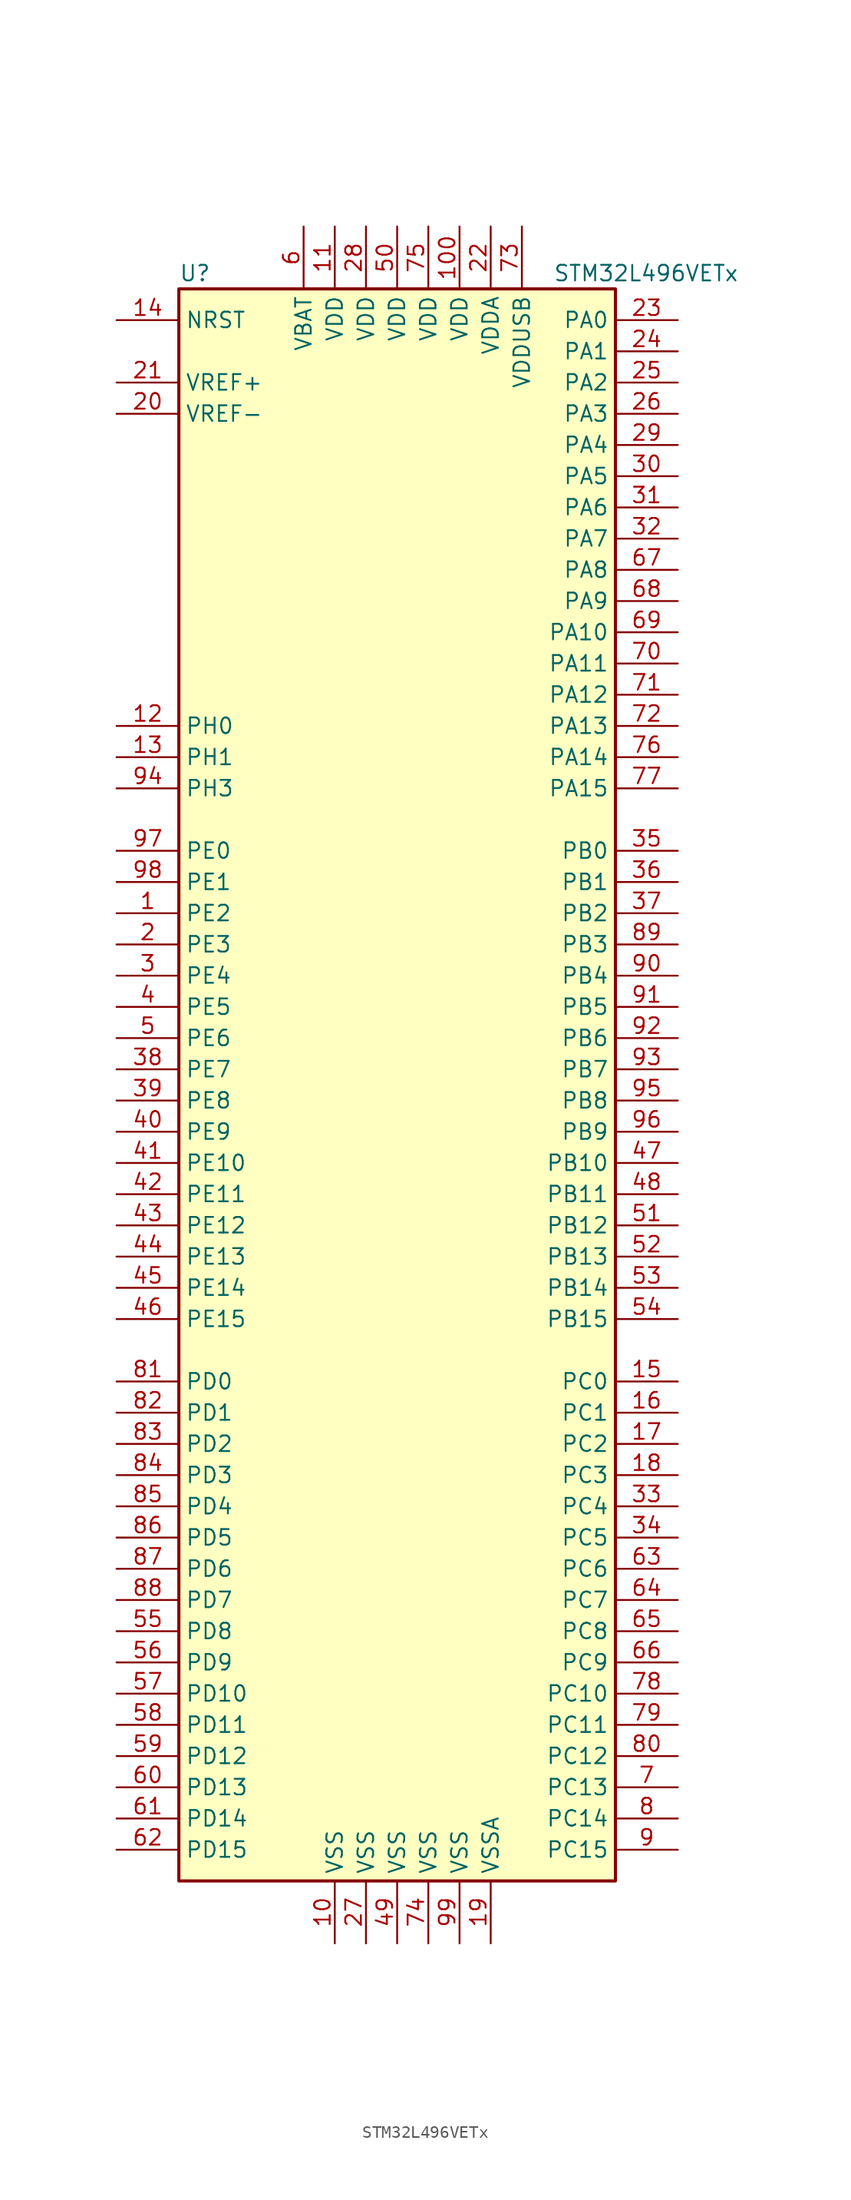
<source format=kicad_sym>
(kicad_symbol_lib
  (version 20201005)
  (generator kicad_symbol_editor)
  (symbol "MCU_ST_STM32L4:STM32L496VETx"
    (property "Reference" "U"
      (at -17.78 64.77 0)
      (effects (font (size 1.27 1.27)) (justify left)))
    (property "Value" "STM32L496VETx"
      (at 12.7 64.77 0)
      (effects (font (size 1.27 1.27)) (justify left)))
    (symbol "STM32L496VETx_0_1"
      (rectangle (start -17.78 -66.04) (end 17.78 63.5) (stroke (width 0.254)) (fill (type background))))
    (symbol "STM32L496VETx_1_1"
      (pin bidirectional line (at -22.86 12.7 0) (length 5.08) (name "PE2" (effects (font (size 1.27 1.27)))) (number "1" (effects (font (size 1.27 1.27)))))
      (pin power_in line (at -5.08 -71.12 90) (length 5.08) (name "VSS" (effects (font (size 1.27 1.27)))) (number "10" (effects (font (size 1.27 1.27)))))
      (pin power_in line (at 5.08 68.58 270) (length 5.08) (name "VDD" (effects (font (size 1.27 1.27)))) (number "100" (effects (font (size 1.27 1.27)))))
      (pin power_in line (at -5.08 68.58 270) (length 5.08) (name "VDD" (effects (font (size 1.27 1.27)))) (number "11" (effects (font (size 1.27 1.27)))))
      (pin input line (at -22.86 27.94 0) (length 5.08) (name "PH0" (effects (font (size 1.27 1.27)))) (number "12" (effects (font (size 1.27 1.27)))))
      (pin input line (at -22.86 25.4 0) (length 5.08) (name "PH1" (effects (font (size 1.27 1.27)))) (number "13" (effects (font (size 1.27 1.27)))))
      (pin input line (at -22.86 60.96 0) (length 5.08) (name "NRST" (effects (font (size 1.27 1.27)))) (number "14" (effects (font (size 1.27 1.27)))))
      (pin bidirectional line (at 22.86 -25.4 180) (length 5.08) (name "PC0" (effects (font (size 1.27 1.27)))) (number "15" (effects (font (size 1.27 1.27)))))
      (pin bidirectional line (at 22.86 -27.94 180) (length 5.08) (name "PC1" (effects (font (size 1.27 1.27)))) (number "16" (effects (font (size 1.27 1.27)))))
      (pin bidirectional line (at 22.86 -30.48 180) (length 5.08) (name "PC2" (effects (font (size 1.27 1.27)))) (number "17" (effects (font (size 1.27 1.27)))))
      (pin bidirectional line (at 22.86 -33.02 180) (length 5.08) (name "PC3" (effects (font (size 1.27 1.27)))) (number "18" (effects (font (size 1.27 1.27)))))
      (pin power_in line (at 7.62 -71.12 90) (length 5.08) (name "VSSA" (effects (font (size 1.27 1.27)))) (number "19" (effects (font (size 1.27 1.27)))))
      (pin bidirectional line (at -22.86 10.16 0) (length 5.08) (name "PE3" (effects (font (size 1.27 1.27)))) (number "2" (effects (font (size 1.27 1.27)))))
      (pin power_in line (at -22.86 53.34 0) (length 5.08) (name "VREF-" (effects (font (size 1.27 1.27)))) (number "20" (effects (font (size 1.27 1.27)))))
      (pin bidirectional line (at -22.86 55.88 0) (length 5.08) (name "VREF+" (effects (font (size 1.27 1.27)))) (number "21" (effects (font (size 1.27 1.27)))))
      (pin power_in line (at 7.62 68.58 270) (length 5.08) (name "VDDA" (effects (font (size 1.27 1.27)))) (number "22" (effects (font (size 1.27 1.27)))))
      (pin bidirectional line (at 22.86 60.96 180) (length 5.08) (name "PA0" (effects (font (size 1.27 1.27)))) (number "23" (effects (font (size 1.27 1.27)))))
      (pin bidirectional line (at 22.86 58.42 180) (length 5.08) (name "PA1" (effects (font (size 1.27 1.27)))) (number "24" (effects (font (size 1.27 1.27)))))
      (pin bidirectional line (at 22.86 55.88 180) (length 5.08) (name "PA2" (effects (font (size 1.27 1.27)))) (number "25" (effects (font (size 1.27 1.27)))))
      (pin bidirectional line (at 22.86 53.34 180) (length 5.08) (name "PA3" (effects (font (size 1.27 1.27)))) (number "26" (effects (font (size 1.27 1.27)))))
      (pin power_in line (at -2.54 -71.12 90) (length 5.08) (name "VSS" (effects (font (size 1.27 1.27)))) (number "27" (effects (font (size 1.27 1.27)))))
      (pin power_in line (at -2.54 68.58 270) (length 5.08) (name "VDD" (effects (font (size 1.27 1.27)))) (number "28" (effects (font (size 1.27 1.27)))))
      (pin bidirectional line (at 22.86 50.8 180) (length 5.08) (name "PA4" (effects (font (size 1.27 1.27)))) (number "29" (effects (font (size 1.27 1.27)))))
      (pin bidirectional line (at -22.86 7.62 0) (length 5.08) (name "PE4" (effects (font (size 1.27 1.27)))) (number "3" (effects (font (size 1.27 1.27)))))
      (pin bidirectional line (at 22.86 48.26 180) (length 5.08) (name "PA5" (effects (font (size 1.27 1.27)))) (number "30" (effects (font (size 1.27 1.27)))))
      (pin bidirectional line (at 22.86 45.72 180) (length 5.08) (name "PA6" (effects (font (size 1.27 1.27)))) (number "31" (effects (font (size 1.27 1.27)))))
      (pin bidirectional line (at 22.86 43.18 180) (length 5.08) (name "PA7" (effects (font (size 1.27 1.27)))) (number "32" (effects (font (size 1.27 1.27)))))
      (pin bidirectional line (at 22.86 -35.56 180) (length 5.08) (name "PC4" (effects (font (size 1.27 1.27)))) (number "33" (effects (font (size 1.27 1.27)))))
      (pin bidirectional line (at 22.86 -38.1 180) (length 5.08) (name "PC5" (effects (font (size 1.27 1.27)))) (number "34" (effects (font (size 1.27 1.27)))))
      (pin bidirectional line (at 22.86 17.78 180) (length 5.08) (name "PB0" (effects (font (size 1.27 1.27)))) (number "35" (effects (font (size 1.27 1.27)))))
      (pin bidirectional line (at 22.86 15.24 180) (length 5.08) (name "PB1" (effects (font (size 1.27 1.27)))) (number "36" (effects (font (size 1.27 1.27)))))
      (pin bidirectional line (at 22.86 12.7 180) (length 5.08) (name "PB2" (effects (font (size 1.27 1.27)))) (number "37" (effects (font (size 1.27 1.27)))))
      (pin bidirectional line (at -22.86 0 0) (length 5.08) (name "PE7" (effects (font (size 1.27 1.27)))) (number "38" (effects (font (size 1.27 1.27)))))
      (pin bidirectional line (at -22.86 -2.54 0) (length 5.08) (name "PE8" (effects (font (size 1.27 1.27)))) (number "39" (effects (font (size 1.27 1.27)))))
      (pin bidirectional line (at -22.86 5.08 0) (length 5.08) (name "PE5" (effects (font (size 1.27 1.27)))) (number "4" (effects (font (size 1.27 1.27)))))
      (pin bidirectional line (at -22.86 -5.08 0) (length 5.08) (name "PE9" (effects (font (size 1.27 1.27)))) (number "40" (effects (font (size 1.27 1.27)))))
      (pin bidirectional line (at -22.86 -7.62 0) (length 5.08) (name "PE10" (effects (font (size 1.27 1.27)))) (number "41" (effects (font (size 1.27 1.27)))))
      (pin bidirectional line (at -22.86 -10.16 0) (length 5.08) (name "PE11" (effects (font (size 1.27 1.27)))) (number "42" (effects (font (size 1.27 1.27)))))
      (pin bidirectional line (at -22.86 -12.7 0) (length 5.08) (name "PE12" (effects (font (size 1.27 1.27)))) (number "43" (effects (font (size 1.27 1.27)))))
      (pin bidirectional line (at -22.86 -15.24 0) (length 5.08) (name "PE13" (effects (font (size 1.27 1.27)))) (number "44" (effects (font (size 1.27 1.27)))))
      (pin bidirectional line (at -22.86 -17.78 0) (length 5.08) (name "PE14" (effects (font (size 1.27 1.27)))) (number "45" (effects (font (size 1.27 1.27)))))
      (pin bidirectional line (at -22.86 -20.32 0) (length 5.08) (name "PE15" (effects (font (size 1.27 1.27)))) (number "46" (effects (font (size 1.27 1.27)))))
      (pin bidirectional line (at 22.86 -7.62 180) (length 5.08) (name "PB10" (effects (font (size 1.27 1.27)))) (number "47" (effects (font (size 1.27 1.27)))))
      (pin bidirectional line (at 22.86 -10.16 180) (length 5.08) (name "PB11" (effects (font (size 1.27 1.27)))) (number "48" (effects (font (size 1.27 1.27)))))
      (pin power_in line (at 0 -71.12 90) (length 5.08) (name "VSS" (effects (font (size 1.27 1.27)))) (number "49" (effects (font (size 1.27 1.27)))))
      (pin bidirectional line (at -22.86 2.54 0) (length 5.08) (name "PE6" (effects (font (size 1.27 1.27)))) (number "5" (effects (font (size 1.27 1.27)))))
      (pin power_in line (at 0 68.58 270) (length 5.08) (name "VDD" (effects (font (size 1.27 1.27)))) (number "50" (effects (font (size 1.27 1.27)))))
      (pin bidirectional line (at 22.86 -12.7 180) (length 5.08) (name "PB12" (effects (font (size 1.27 1.27)))) (number "51" (effects (font (size 1.27 1.27)))))
      (pin bidirectional line (at 22.86 -15.24 180) (length 5.08) (name "PB13" (effects (font (size 1.27 1.27)))) (number "52" (effects (font (size 1.27 1.27)))))
      (pin bidirectional line (at 22.86 -17.78 180) (length 5.08) (name "PB14" (effects (font (size 1.27 1.27)))) (number "53" (effects (font (size 1.27 1.27)))))
      (pin bidirectional line (at 22.86 -20.32 180) (length 5.08) (name "PB15" (effects (font (size 1.27 1.27)))) (number "54" (effects (font (size 1.27 1.27)))))
      (pin bidirectional line (at -22.86 -45.72 0) (length 5.08) (name "PD8" (effects (font (size 1.27 1.27)))) (number "55" (effects (font (size 1.27 1.27)))))
      (pin bidirectional line (at -22.86 -48.26 0) (length 5.08) (name "PD9" (effects (font (size 1.27 1.27)))) (number "56" (effects (font (size 1.27 1.27)))))
      (pin bidirectional line (at -22.86 -50.8 0) (length 5.08) (name "PD10" (effects (font (size 1.27 1.27)))) (number "57" (effects (font (size 1.27 1.27)))))
      (pin bidirectional line (at -22.86 -53.34 0) (length 5.08) (name "PD11" (effects (font (size 1.27 1.27)))) (number "58" (effects (font (size 1.27 1.27)))))
      (pin bidirectional line (at -22.86 -55.88 0) (length 5.08) (name "PD12" (effects (font (size 1.27 1.27)))) (number "59" (effects (font (size 1.27 1.27)))))
      (pin power_in line (at -7.62 68.58 270) (length 5.08) (name "VBAT" (effects (font (size 1.27 1.27)))) (number "6" (effects (font (size 1.27 1.27)))))
      (pin bidirectional line (at -22.86 -58.42 0) (length 5.08) (name "PD13" (effects (font (size 1.27 1.27)))) (number "60" (effects (font (size 1.27 1.27)))))
      (pin bidirectional line (at -22.86 -60.96 0) (length 5.08) (name "PD14" (effects (font (size 1.27 1.27)))) (number "61" (effects (font (size 1.27 1.27)))))
      (pin bidirectional line (at -22.86 -63.5 0) (length 5.08) (name "PD15" (effects (font (size 1.27 1.27)))) (number "62" (effects (font (size 1.27 1.27)))))
      (pin bidirectional line (at 22.86 -40.64 180) (length 5.08) (name "PC6" (effects (font (size 1.27 1.27)))) (number "63" (effects (font (size 1.27 1.27)))))
      (pin bidirectional line (at 22.86 -43.18 180) (length 5.08) (name "PC7" (effects (font (size 1.27 1.27)))) (number "64" (effects (font (size 1.27 1.27)))))
      (pin bidirectional line (at 22.86 -45.72 180) (length 5.08) (name "PC8" (effects (font (size 1.27 1.27)))) (number "65" (effects (font (size 1.27 1.27)))))
      (pin bidirectional line (at 22.86 -48.26 180) (length 5.08) (name "PC9" (effects (font (size 1.27 1.27)))) (number "66" (effects (font (size 1.27 1.27)))))
      (pin bidirectional line (at 22.86 40.64 180) (length 5.08) (name "PA8" (effects (font (size 1.27 1.27)))) (number "67" (effects (font (size 1.27 1.27)))))
      (pin bidirectional line (at 22.86 38.1 180) (length 5.08) (name "PA9" (effects (font (size 1.27 1.27)))) (number "68" (effects (font (size 1.27 1.27)))))
      (pin bidirectional line (at 22.86 35.56 180) (length 5.08) (name "PA10" (effects (font (size 1.27 1.27)))) (number "69" (effects (font (size 1.27 1.27)))))
      (pin bidirectional line (at 22.86 -58.42 180) (length 5.08) (name "PC13" (effects (font (size 1.27 1.27)))) (number "7" (effects (font (size 1.27 1.27)))))
      (pin bidirectional line (at 22.86 33.02 180) (length 5.08) (name "PA11" (effects (font (size 1.27 1.27)))) (number "70" (effects (font (size 1.27 1.27)))))
      (pin bidirectional line (at 22.86 30.48 180) (length 5.08) (name "PA12" (effects (font (size 1.27 1.27)))) (number "71" (effects (font (size 1.27 1.27)))))
      (pin bidirectional line (at 22.86 27.94 180) (length 5.08) (name "PA13" (effects (font (size 1.27 1.27)))) (number "72" (effects (font (size 1.27 1.27)))))
      (pin power_in line (at 10.16 68.58 270) (length 5.08) (name "VDDUSB" (effects (font (size 1.27 1.27)))) (number "73" (effects (font (size 1.27 1.27)))))
      (pin power_in line (at 2.54 -71.12 90) (length 5.08) (name "VSS" (effects (font (size 1.27 1.27)))) (number "74" (effects (font (size 1.27 1.27)))))
      (pin power_in line (at 2.54 68.58 270) (length 5.08) (name "VDD" (effects (font (size 1.27 1.27)))) (number "75" (effects (font (size 1.27 1.27)))))
      (pin bidirectional line (at 22.86 25.4 180) (length 5.08) (name "PA14" (effects (font (size 1.27 1.27)))) (number "76" (effects (font (size 1.27 1.27)))))
      (pin bidirectional line (at 22.86 22.86 180) (length 5.08) (name "PA15" (effects (font (size 1.27 1.27)))) (number "77" (effects (font (size 1.27 1.27)))))
      (pin bidirectional line (at 22.86 -50.8 180) (length 5.08) (name "PC10" (effects (font (size 1.27 1.27)))) (number "78" (effects (font (size 1.27 1.27)))))
      (pin bidirectional line (at 22.86 -53.34 180) (length 5.08) (name "PC11" (effects (font (size 1.27 1.27)))) (number "79" (effects (font (size 1.27 1.27)))))
      (pin bidirectional line (at 22.86 -60.96 180) (length 5.08) (name "PC14" (effects (font (size 1.27 1.27)))) (number "8" (effects (font (size 1.27 1.27)))))
      (pin bidirectional line (at 22.86 -55.88 180) (length 5.08) (name "PC12" (effects (font (size 1.27 1.27)))) (number "80" (effects (font (size 1.27 1.27)))))
      (pin bidirectional line (at -22.86 -25.4 0) (length 5.08) (name "PD0" (effects (font (size 1.27 1.27)))) (number "81" (effects (font (size 1.27 1.27)))))
      (pin bidirectional line (at -22.86 -27.94 0) (length 5.08) (name "PD1" (effects (font (size 1.27 1.27)))) (number "82" (effects (font (size 1.27 1.27)))))
      (pin bidirectional line (at -22.86 -30.48 0) (length 5.08) (name "PD2" (effects (font (size 1.27 1.27)))) (number "83" (effects (font (size 1.27 1.27)))))
      (pin bidirectional line (at -22.86 -33.02 0) (length 5.08) (name "PD3" (effects (font (size 1.27 1.27)))) (number "84" (effects (font (size 1.27 1.27)))))
      (pin bidirectional line (at -22.86 -35.56 0) (length 5.08) (name "PD4" (effects (font (size 1.27 1.27)))) (number "85" (effects (font (size 1.27 1.27)))))
      (pin bidirectional line (at -22.86 -38.1 0) (length 5.08) (name "PD5" (effects (font (size 1.27 1.27)))) (number "86" (effects (font (size 1.27 1.27)))))
      (pin bidirectional line (at -22.86 -40.64 0) (length 5.08) (name "PD6" (effects (font (size 1.27 1.27)))) (number "87" (effects (font (size 1.27 1.27)))))
      (pin bidirectional line (at -22.86 -43.18 0) (length 5.08) (name "PD7" (effects (font (size 1.27 1.27)))) (number "88" (effects (font (size 1.27 1.27)))))
      (pin bidirectional line (at 22.86 10.16 180) (length 5.08) (name "PB3" (effects (font (size 1.27 1.27)))) (number "89" (effects (font (size 1.27 1.27)))))
      (pin bidirectional line (at 22.86 -63.5 180) (length 5.08) (name "PC15" (effects (font (size 1.27 1.27)))) (number "9" (effects (font (size 1.27 1.27)))))
      (pin bidirectional line (at 22.86 7.62 180) (length 5.08) (name "PB4" (effects (font (size 1.27 1.27)))) (number "90" (effects (font (size 1.27 1.27)))))
      (pin bidirectional line (at 22.86 5.08 180) (length 5.08) (name "PB5" (effects (font (size 1.27 1.27)))) (number "91" (effects (font (size 1.27 1.27)))))
      (pin bidirectional line (at 22.86 2.54 180) (length 5.08) (name "PB6" (effects (font (size 1.27 1.27)))) (number "92" (effects (font (size 1.27 1.27)))))
      (pin bidirectional line (at 22.86 0 180) (length 5.08) (name "PB7" (effects (font (size 1.27 1.27)))) (number "93" (effects (font (size 1.27 1.27)))))
      (pin bidirectional line (at -22.86 22.86 0) (length 5.08) (name "PH3" (effects (font (size 1.27 1.27)))) (number "94" (effects (font (size 1.27 1.27)))))
      (pin bidirectional line (at 22.86 -2.54 180) (length 5.08) (name "PB8" (effects (font (size 1.27 1.27)))) (number "95" (effects (font (size 1.27 1.27)))))
      (pin bidirectional line (at 22.86 -5.08 180) (length 5.08) (name "PB9" (effects (font (size 1.27 1.27)))) (number "96" (effects (font (size 1.27 1.27)))))
      (pin bidirectional line (at -22.86 17.78 0) (length 5.08) (name "PE0" (effects (font (size 1.27 1.27)))) (number "97" (effects (font (size 1.27 1.27)))))
      (pin bidirectional line (at -22.86 15.24 0) (length 5.08) (name "PE1" (effects (font (size 1.27 1.27)))) (number "98" (effects (font (size 1.27 1.27)))))
      (pin power_in line (at 5.08 -71.12 90) (length 5.08) (name "VSS" (effects (font (size 1.27 1.27)))) (number "99" (effects (font (size 1.27 1.27))))))))
</source>
